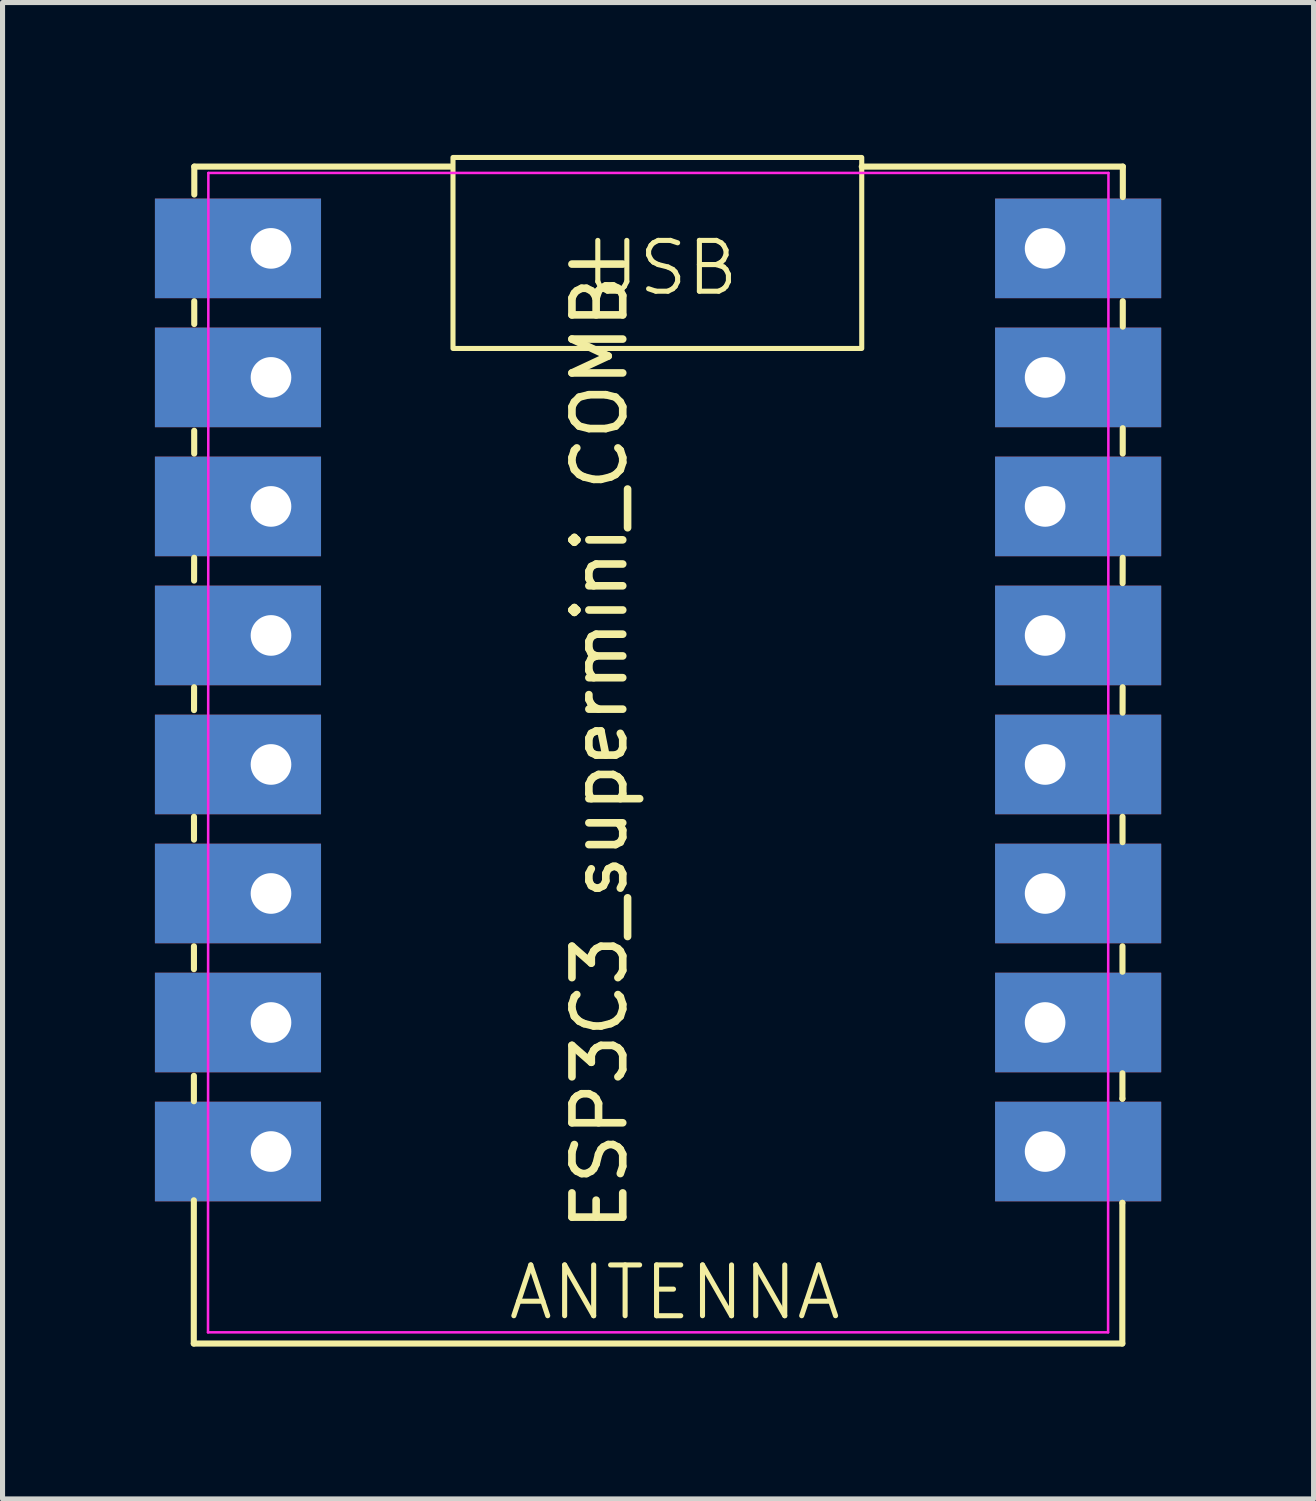
<source format=kicad_pcb>
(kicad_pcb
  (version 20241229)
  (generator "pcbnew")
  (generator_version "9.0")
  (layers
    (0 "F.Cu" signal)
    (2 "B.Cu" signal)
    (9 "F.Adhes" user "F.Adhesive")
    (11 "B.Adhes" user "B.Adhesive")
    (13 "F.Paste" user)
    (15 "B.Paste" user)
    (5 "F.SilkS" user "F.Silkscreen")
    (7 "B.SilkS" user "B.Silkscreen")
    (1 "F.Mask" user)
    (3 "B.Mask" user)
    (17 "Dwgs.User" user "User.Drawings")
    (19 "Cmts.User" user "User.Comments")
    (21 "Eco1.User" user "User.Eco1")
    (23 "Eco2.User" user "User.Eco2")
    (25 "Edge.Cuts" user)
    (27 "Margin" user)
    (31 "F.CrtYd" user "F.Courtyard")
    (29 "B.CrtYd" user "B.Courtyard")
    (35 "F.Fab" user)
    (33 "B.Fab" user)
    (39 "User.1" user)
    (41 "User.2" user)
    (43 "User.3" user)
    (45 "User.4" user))
  (footprint "ESP3C3_supermini_COMBI"
    (layer "F.Cu")
    (at 9.905 10.73)
    (property "Reference" "ESP3C3_supermini_COMBI" (at -1.15 0.8 90) (layer "F.SilkS") (effects (font (size 1 1) (thickness 0.15))))
    (attr through_hole)
    (fp_line (start -9.14 12.67) (end 9.14 12.67) (stroke (width 0.12) (type default)) (layer "F.SilkS"))
    (fp_line (start -9.139 9.85) (end -9.14 12.67) (stroke (width 0.12) (type default)) (layer "F.SilkS"))
    (fp_line (start -9.138 7.4) (end -9.138 7.9) (stroke (width 0.12) (type default)) (layer "F.SilkS"))
    (fp_line (start -9.137 4.85) (end -9.137 5.3) (stroke (width 0.12) (type default)) (layer "F.SilkS"))
    (fp_line (start -9.136 2.3) (end -9.136 2.75) (stroke (width 0.12) (type default)) (layer "F.SilkS"))
    (fp_line (start -9.134 -0.25) (end -9.135 0.2) (stroke (width 0.12) (type default)) (layer "F.SilkS"))
    (fp_line (start -9.133 -2.8) (end -9.134 -2.35) (stroke (width 0.12) (type default)) (layer "F.SilkS"))
    (fp_line (start -9.132 -5.3) (end -9.132 -4.85) (stroke (width 0.12) (type default)) (layer "F.SilkS"))
    (fp_line (start -9.131 -7.85) (end -9.131 -7.4) (stroke (width 0.12) (type default)) (layer "F.SilkS"))
    (fp_line (start -9.13 -10.5) (end -9.13 -9.95) (stroke (width 0.12) (type default)) (layer "F.SilkS"))
    (fp_line (start -4.09 -10.5) (end -9.13 -10.5) (stroke (width 0.12) (type default)) (layer "F.SilkS"))
    (fp_line (start 9.14 12.67) (end 9.141 9.9) (stroke (width 0.12) (type default)) (layer "F.SilkS"))
    (fp_line (start 9.141 9.9) (end 9.141 9.9) (stroke (width 0.12) (type default)) (layer "F.SilkS"))
    (fp_line (start 9.142 7.85) (end 9.142 7.85) (stroke (width 0.12) (type default)) (layer "F.SilkS"))
    (fp_line (start 9.142 7.85) (end 9.142 7.35) (stroke (width 0.12) (type default)) (layer "F.SilkS"))
    (fp_line (start 9.143 5.35) (end 9.143 4.85) (stroke (width 0.12) (type default)) (layer "F.SilkS"))
    (fp_line (start 9.144 2.8) (end 9.144 2.3) (stroke (width 0.12) (type default)) (layer "F.SilkS"))
    (fp_line (start 9.145 0.25) (end 9.146 -0.25) (stroke (width 0.12) (type default)) (layer "F.SilkS"))
    (fp_line (start 9.146 -2.3) (end 9.147 -2.8) (stroke (width 0.12) (type default)) (layer "F.SilkS"))
    (fp_line (start 9.148 -4.85) (end 9.148 -5.35) (stroke (width 0.12) (type default)) (layer "F.SilkS"))
    (fp_line (start 9.149 -7.35) (end 9.149 -7.85) (stroke (width 0.12) (type default)) (layer "F.SilkS"))
    (fp_line (start 9.15 -9.9) (end 9.15 -10.5) (stroke (width 0.12) (type default)) (layer "F.SilkS"))
    (fp_line (start 9.15 -10.5) (end 4.01 -10.5) (stroke (width 0.12) (type default)) (layer "F.SilkS"))
    (fp_rect (start -4.037 -10.68) (end 4.01 -6.92) (stroke (width 0.1) (type default)) (fill no) (layer "F.SilkS"))
    (fp_line (start -8.86 12.45) (end -8.853 -10.375) (stroke (width 0.05) (type default)) (layer "F.CrtYd"))
    (fp_line (start -8.853 -10.375) (end 8.867 -10.375) (stroke (width 0.05) (type default)) (layer "F.CrtYd"))
    (fp_line (start 8.86 12.45) (end -8.86 12.45) (stroke (width 0.05) (type default)) (layer "F.CrtYd"))
    (fp_line (start 8.867 -10.375) (end 8.86 12.45) (stroke (width 0.05) (type default)) (layer "F.CrtYd"))
    (fp_text user "USB" (at -1.49 -7.92 0) (unlocked yes) (layer "F.SilkS") (effects (font (size 1 1) (thickness 0.1)) (justify left bottom)))
    (fp_text user "ANTENNA" (at -3 12.25 0) (unlocked yes) (layer "F.SilkS") (effects (font (size 1 1) (thickness 0.1)) (justify left bottom)))
    (pad "1" thru_hole rect (at -7.62 -8.89 270) (size 1.96 3.27) (drill 0.8 (offset 0 0.65)) (layers "*.Cu" "*.Mask"))
    (pad "2" thru_hole rect (at -7.62 -6.35 270) (size 1.96 3.27) (drill 0.8 (offset 0 0.65)) (layers "*.Cu" "*.Mask"))
    (pad "3" thru_hole rect (at -7.62 -3.81 270) (size 1.96 3.27) (drill 0.8 (offset 0 0.65)) (layers "*.Cu" "*.Mask"))
    (pad "4" thru_hole rect (at -7.62 -1.27 270) (size 1.96 3.27) (drill 0.8 (offset 0 0.65)) (layers "*.Cu" "*.Mask"))
    (pad "5" thru_hole rect (at -7.62 1.27 270) (size 1.96 3.27) (drill 0.8 (offset 0 0.65)) (layers "*.Cu" "*.Mask"))
    (pad "6" thru_hole rect (at -7.62 3.81 270) (size 1.96 3.27) (drill 0.8 (offset 0 0.65)) (layers "*.Cu" "*.Mask"))
    (pad "7" thru_hole rect (at -7.62 6.35 270) (size 1.96 3.27) (drill 0.8 (offset 0 0.65)) (layers "*.Cu" "*.Mask"))
    (pad "8" thru_hole rect (at -7.62 8.89 270) (size 1.96 3.27) (drill 0.8 (offset 0 0.65)) (layers "*.Cu" "*.Mask"))
    (pad "9" thru_hole rect (at 7.62 -8.89 270) (size 1.96 3.27) (drill 0.8 (offset 0 -0.65)) (layers "*.Cu" "*.Mask"))
    (pad "10" thru_hole rect (at 7.62 -6.35 270) (size 1.96 3.27) (drill 0.8 (offset 0 -0.65)) (layers "*.Cu" "*.Mask"))
    (pad "11" thru_hole rect (at 7.62 -3.81 270) (size 1.96 3.27) (drill 0.8 (offset 0 -0.65)) (layers "*.Cu" "*.Mask"))
    (pad "12" thru_hole rect (at 7.62 -1.27 270) (size 1.96 3.27) (drill 0.8 (offset 0 -0.65)) (layers "*.Cu" "*.Mask"))
    (pad "13" thru_hole rect (at 7.62 1.27 270) (size 1.96 3.27) (drill 0.8 (offset 0 -0.65)) (layers "*.Cu" "*.Mask"))
    (pad "14" thru_hole rect (at 7.62 3.81 270) (size 1.96 3.27) (drill 0.8 (offset 0 -0.65)) (layers "*.Cu" "*.Mask"))
    (pad "15" thru_hole rect (at 7.62 6.35 270) (size 1.96 3.27) (drill 0.8 (offset 0 -0.65)) (layers "*.Cu" "*.Mask"))
    (pad "16" thru_hole rect (at 7.62 8.89 270) (size 1.96 3.27) (drill 0.8 (offset 0 -0.65)) (layers "*.Cu" "*.Mask")))
  (gr_rect
    (start -3 -3)
    (end 22.81 26.46)
    (stroke (width 0.1) (type default))
    (fill no)
    (layer "Edge.Cuts")))
</source>
